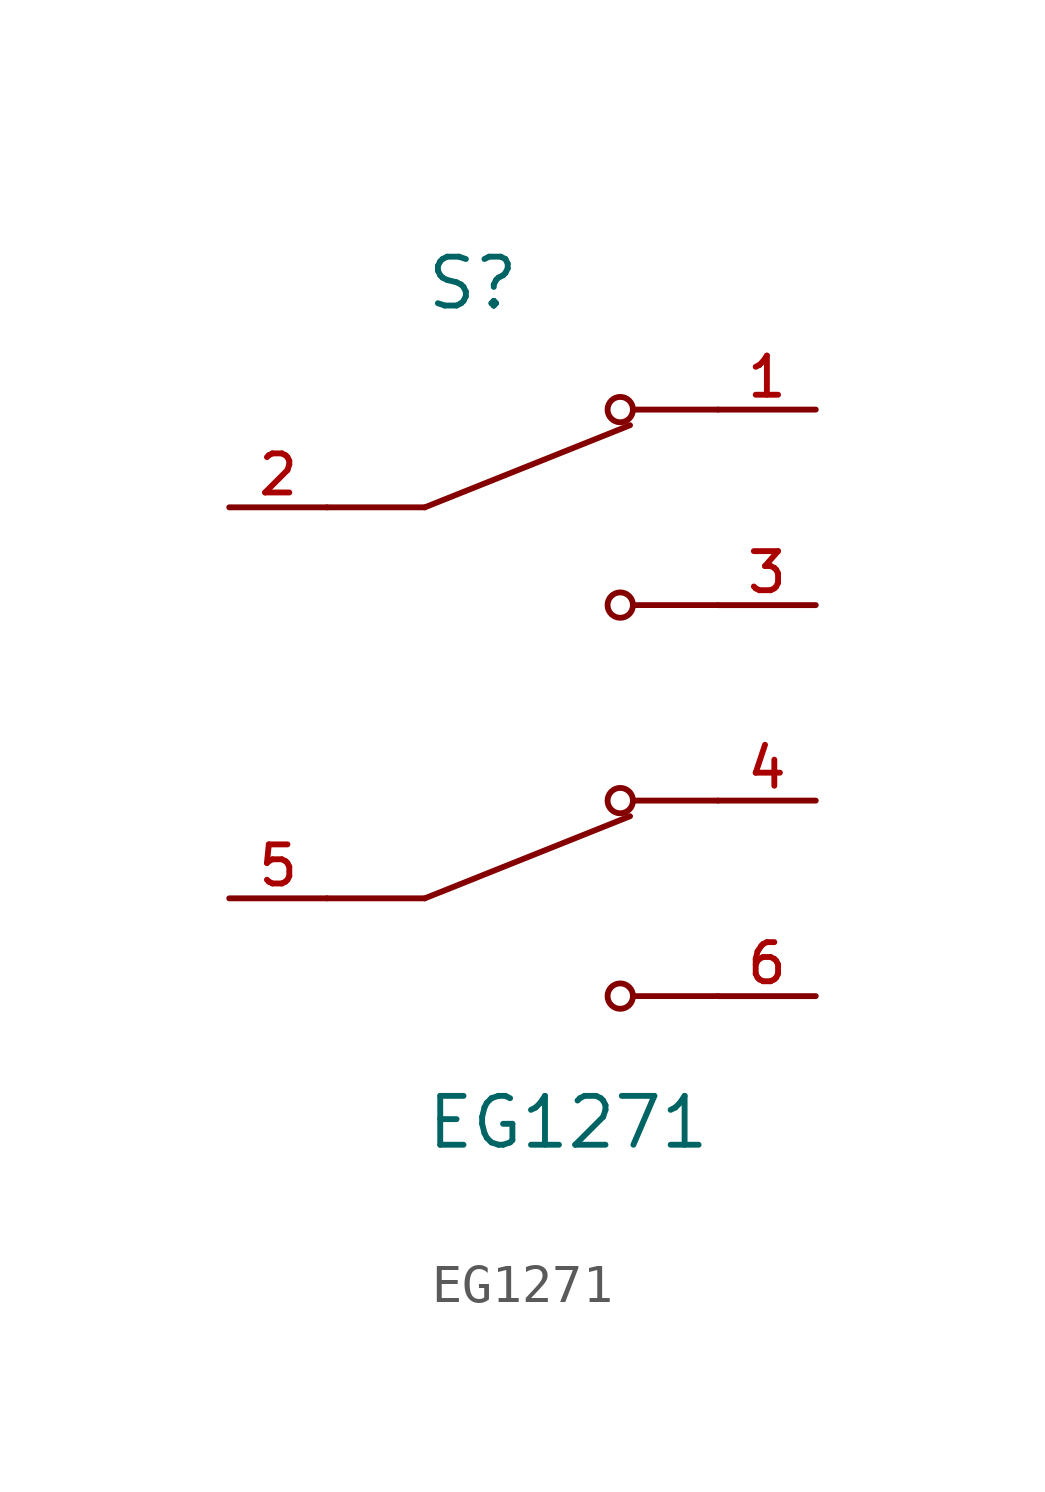
<source format=kicad_sym>
(kicad_symbol_lib
  (version 20211014)
  (generator kicad_symbol_editor)
  (symbol "EG1271"
    (pin_names
      (offset 1.016))
    (property "Reference" "S"
      (at -2.54 10.16 0)
      (effects (font (size 1.27 1.27)) (justify bottom left)))
    (property "Value" "EG1271"
      (at -2.54 -10.16 0)
      (effects (font (size 1.27 1.27)) (justify top left)))
    (symbol "EG1271_0_0"
      (polyline (pts (xy -2.54 5.08) (xy 2.794 7.214)) (stroke (width 0.152)))
      (circle (center 2.54 7.62) (radius 0.33) (stroke (width 0.152)) (fill (type none)))
      (circle (center 2.54 2.54) (radius 0.33) (stroke (width 0.152)) (fill (type none)))
      (polyline (pts (xy 5.08 2.54) (xy 2.921 2.54)) (stroke (width 0.152)))
      (polyline (pts (xy 5.08 7.62) (xy 2.921 7.62)) (stroke (width 0.152)))
      (polyline (pts (xy -2.54 5.08) (xy -5.08 5.08)) (stroke (width 0.152)))
      (polyline (pts (xy -2.54 -5.08) (xy 2.794 -2.946)) (stroke (width 0.152)))
      (circle (center 2.54 -2.54) (radius 0.33) (stroke (width 0.152)) (fill (type none)))
      (circle (center 2.54 -7.62) (radius 0.33) (stroke (width 0.152)) (fill (type none)))
      (polyline (pts (xy 5.08 -7.62) (xy 2.921 -7.62)) (stroke (width 0.152)))
      (polyline (pts (xy 5.08 -2.54) (xy 2.921 -2.54)) (stroke (width 0.152)))
      (polyline (pts (xy -2.54 -5.08) (xy -5.08 -5.08)) (stroke (width 0.152)))
      (pin passive line (at 7.62 7.62 180.0) (length 2.54) (name "~" (effects (font (size 1.016 1.016)))) (number "1" (effects (font (size 1.016 1.016)))))
      (pin passive line (at -7.62 5.08 0) (length 2.54) (name "~" (effects (font (size 1.016 1.016)))) (number "2" (effects (font (size 1.016 1.016)))))
      (pin passive line (at 7.62 2.54 180.0) (length 2.54) (name "~" (effects (font (size 1.016 1.016)))) (number "3" (effects (font (size 1.016 1.016)))))
      (pin passive line (at 7.62 -2.54 180.0) (length 2.54) (name "~" (effects (font (size 1.016 1.016)))) (number "4" (effects (font (size 1.016 1.016)))))
      (pin passive line (at -7.62 -5.08 0) (length 2.54) (name "~" (effects (font (size 1.016 1.016)))) (number "5" (effects (font (size 1.016 1.016)))))
      (pin passive line (at 7.62 -7.62 180.0) (length 2.54) (name "~" (effects (font (size 1.016 1.016)))) (number "6" (effects (font (size 1.016 1.016))))))))
</source>
